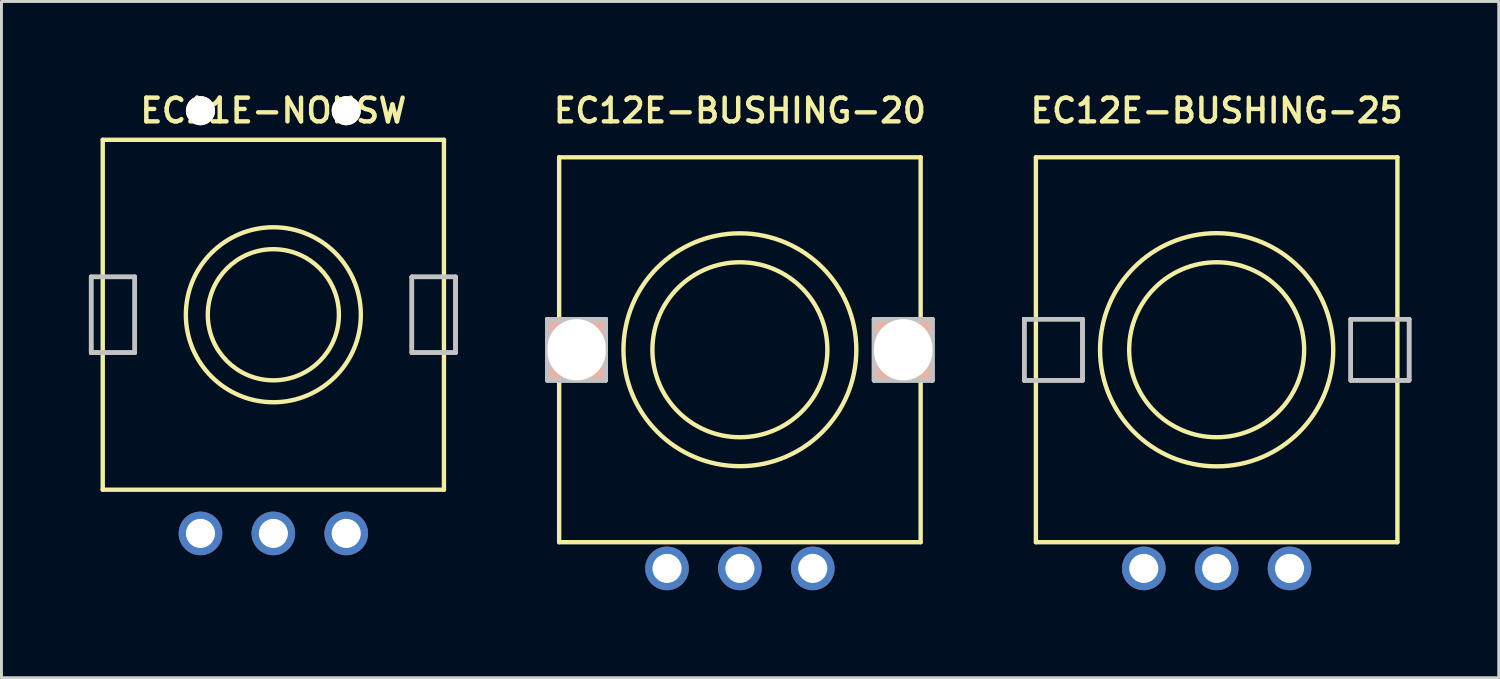
<source format=kicad_pcb>
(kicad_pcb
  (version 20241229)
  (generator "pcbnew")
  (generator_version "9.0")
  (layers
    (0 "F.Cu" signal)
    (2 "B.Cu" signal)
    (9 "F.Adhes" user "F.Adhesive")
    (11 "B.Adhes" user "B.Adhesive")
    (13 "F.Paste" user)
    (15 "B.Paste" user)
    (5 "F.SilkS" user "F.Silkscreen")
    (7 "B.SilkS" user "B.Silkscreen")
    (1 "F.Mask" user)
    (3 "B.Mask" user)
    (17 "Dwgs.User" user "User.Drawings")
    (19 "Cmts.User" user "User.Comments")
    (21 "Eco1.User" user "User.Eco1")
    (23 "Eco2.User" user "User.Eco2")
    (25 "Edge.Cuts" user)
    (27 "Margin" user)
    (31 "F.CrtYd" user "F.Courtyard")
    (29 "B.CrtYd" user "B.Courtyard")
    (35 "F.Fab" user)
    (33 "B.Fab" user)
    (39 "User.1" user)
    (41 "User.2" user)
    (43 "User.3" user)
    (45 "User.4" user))
  (footprint "EC12E-BUSHING-25"
    (layer "F.Cu")
    (at 38.669 8.943)
    (property "Reference" "EC12E-BUSHING-25" (at 0 -8.2 0) (layer "F.SilkS") (effects (font (size 0.813 0.813) (thickness 0.152))))
    (attr through_hole)
    (fp_line (start -6.198 -6.599) (end -6.198 6.599) (stroke (width 0.15) (type solid)) (layer "F.SilkS"))
    (fp_line (start -6.198 6.599) (end 6.198 6.599) (stroke (width 0.15) (type solid)) (layer "F.SilkS"))
    (fp_line (start 6.198 -6.599) (end -6.198 -6.599) (stroke (width 0.15) (type solid)) (layer "F.SilkS"))
    (fp_line (start 6.198 6.599) (end 6.198 -6.599) (stroke (width 0.15) (type solid)) (layer "F.SilkS"))
    (fp_circle (center 0 0) (end 3 0) (stroke (width 0.15) (type solid)) (fill no) (layer "F.SilkS"))
    (fp_circle (center 0 0) (end 3.998 0) (stroke (width 0.15) (type solid)) (fill no) (layer "F.SilkS"))
    (fp_line (start -6.599 -1.049) (end -6.599 1.049) (stroke (width 0.15) (type solid)) (layer "Dwgs.User"))
    (fp_line (start -6.599 -1.049) (end -6.599 1.049) (stroke (width 0.15) (type solid)) (layer "Dwgs.User"))
    (fp_line (start -6.599 1.049) (end -4.6 1.049) (stroke (width 0.15) (type solid)) (layer "Dwgs.User"))
    (fp_line (start -6.599 1.049) (end -4.6 1.049) (stroke (width 0.15) (type solid)) (layer "Dwgs.User"))
    (fp_line (start -4.6 -1.049) (end -6.599 -1.049) (stroke (width 0.15) (type solid)) (layer "Dwgs.User"))
    (fp_line (start -4.6 -1.049) (end -6.599 -1.049) (stroke (width 0.15) (type solid)) (layer "Dwgs.User"))
    (fp_line (start -4.6 1.049) (end -4.6 -1.049) (stroke (width 0.15) (type solid)) (layer "Dwgs.User"))
    (fp_line (start -4.6 1.049) (end -4.6 -1.049) (stroke (width 0.15) (type solid)) (layer "Dwgs.User"))
    (fp_line (start 4.6 -1.049) (end 4.6 1.049) (stroke (width 0.15) (type solid)) (layer "Dwgs.User"))
    (fp_line (start 4.6 -1.049) (end 4.6 1.049) (stroke (width 0.15) (type solid)) (layer "Dwgs.User"))
    (fp_line (start 4.6 1.049) (end 6.599 1.049) (stroke (width 0.15) (type solid)) (layer "Dwgs.User"))
    (fp_line (start 4.6 1.049) (end 6.599 1.049) (stroke (width 0.15) (type solid)) (layer "Dwgs.User"))
    (fp_line (start 6.599 -1.049) (end 4.6 -1.049) (stroke (width 0.15) (type solid)) (layer "Dwgs.User"))
    (fp_line (start 6.599 -1.049) (end 4.6 -1.049) (stroke (width 0.15) (type solid)) (layer "Dwgs.User"))
    (fp_line (start 6.599 1.049) (end 6.599 -1.049) (stroke (width 0.15) (type solid)) (layer "Dwgs.User"))
    (fp_line (start 6.599 1.049) (end 6.599 -1.049) (stroke (width 0.15) (type solid)) (layer "Dwgs.User"))
    (fp_line (start -6.599 -1.049) (end -6.599 1.049) (stroke (width 0.15) (type solid)) (layer "Edge.Cuts"))
    (fp_line (start -6.599 1.049) (end -4.6 1.049) (stroke (width 0.15) (type solid)) (layer "Edge.Cuts"))
    (fp_line (start -4.6 -1.049) (end -6.599 -1.049) (stroke (width 0.15) (type solid)) (layer "Edge.Cuts"))
    (fp_line (start -4.6 1.049) (end -4.6 -1.049) (stroke (width 0.15) (type solid)) (layer "Edge.Cuts"))
    (fp_line (start 4.6 -1.049) (end 4.6 1.049) (stroke (width 0.15) (type solid)) (layer "Edge.Cuts"))
    (fp_line (start 4.6 1.049) (end 6.599 1.049) (stroke (width 0.15) (type solid)) (layer "Edge.Cuts"))
    (fp_line (start 6.599 -1.049) (end 4.6 -1.049) (stroke (width 0.15) (type solid)) (layer "Edge.Cuts"))
    (fp_line (start 6.599 1.049) (end 6.599 -1.049) (stroke (width 0.15) (type solid)) (layer "Edge.Cuts"))
    (pad "1" thru_hole oval (at -2.499 7.498 90) (size 1.496 1.496) (drill 0.998) (layers "*.Cu" "*.Mask"))
    (pad "2" thru_hole oval (at 2.499 7.498 90) (size 1.496 1.496) (drill 0.998) (layers "*.Cu" "*.Mask"))
    (pad "3" thru_hole oval (at 0 7.498 90) (size 1.496 1.496) (drill 0.998) (layers "*.Cu" "*.Mask")))
  (footprint "EC11E-NONSW"
    (layer "F.Cu")
    (at 6.323 7.743)
    (property "Reference" "EC11E-NONSW" (at 0 -7 0) (layer "F.SilkS") (effects (font (size 0.813 0.813) (thickness 0.152))))
    (attr through_hole)
    (fp_line (start -5.85 -5.999) (end -5.85 5.999) (stroke (width 0.15) (type solid)) (layer "F.SilkS"))
    (fp_line (start -5.85 5.999) (end 5.85 5.999) (stroke (width 0.15) (type solid)) (layer "F.SilkS"))
    (fp_line (start 5.85 -5.999) (end -5.85 -5.999) (stroke (width 0.15) (type solid)) (layer "F.SilkS"))
    (fp_line (start 5.85 5.999) (end 5.85 -5.999) (stroke (width 0.15) (type solid)) (layer "F.SilkS"))
    (fp_circle (center 0 0) (end 2.248 0) (stroke (width 0.15) (type solid)) (fill no) (layer "F.SilkS"))
    (fp_circle (center 0 0) (end 3 0) (stroke (width 0.15) (type solid)) (fill no) (layer "F.SilkS"))
    (fp_line (start -6.248 -1.298) (end -6.248 1.298) (stroke (width 0.15) (type solid)) (layer "Dwgs.User"))
    (fp_line (start -6.248 -1.298) (end -6.248 1.298) (stroke (width 0.15) (type solid)) (layer "Dwgs.User"))
    (fp_line (start -6.248 1.298) (end -4.75 1.298) (stroke (width 0.15) (type solid)) (layer "Dwgs.User"))
    (fp_line (start -6.248 1.298) (end -4.75 1.298) (stroke (width 0.15) (type solid)) (layer "Dwgs.User"))
    (fp_line (start -4.75 -1.298) (end -6.248 -1.298) (stroke (width 0.15) (type solid)) (layer "Dwgs.User"))
    (fp_line (start -4.75 -1.298) (end -6.248 -1.298) (stroke (width 0.15) (type solid)) (layer "Dwgs.User"))
    (fp_line (start -4.75 1.298) (end -4.75 -1.298) (stroke (width 0.15) (type solid)) (layer "Dwgs.User"))
    (fp_line (start -4.75 1.298) (end -4.75 -1.298) (stroke (width 0.15) (type solid)) (layer "Dwgs.User"))
    (fp_line (start 4.75 -1.298) (end 4.75 1.298) (stroke (width 0.15) (type solid)) (layer "Dwgs.User"))
    (fp_line (start 4.75 -1.298) (end 4.75 1.298) (stroke (width 0.15) (type solid)) (layer "Dwgs.User"))
    (fp_line (start 4.75 1.298) (end 6.248 1.298) (stroke (width 0.15) (type solid)) (layer "Dwgs.User"))
    (fp_line (start 4.75 1.298) (end 6.248 1.298) (stroke (width 0.15) (type solid)) (layer "Dwgs.User"))
    (fp_line (start 6.248 -1.298) (end 4.75 -1.298) (stroke (width 0.15) (type solid)) (layer "Dwgs.User"))
    (fp_line (start 6.248 -1.298) (end 4.75 -1.298) (stroke (width 0.15) (type solid)) (layer "Dwgs.User"))
    (fp_line (start 6.248 1.298) (end 6.248 -1.298) (stroke (width 0.15) (type solid)) (layer "Dwgs.User"))
    (fp_line (start 6.248 1.298) (end 6.248 -1.298) (stroke (width 0.15) (type solid)) (layer "Dwgs.User"))
    (fp_line (start -6.248 -1.298) (end -6.248 1.298) (stroke (width 0.15) (type solid)) (layer "Edge.Cuts"))
    (fp_line (start -6.248 1.298) (end -4.75 1.298) (stroke (width 0.15) (type solid)) (layer "Edge.Cuts"))
    (fp_line (start -4.75 -1.298) (end -6.248 -1.298) (stroke (width 0.15) (type solid)) (layer "Edge.Cuts"))
    (fp_line (start -4.75 1.298) (end -4.75 -1.298) (stroke (width 0.15) (type solid)) (layer "Edge.Cuts"))
    (fp_line (start 4.75 -1.298) (end 4.75 1.298) (stroke (width 0.15) (type solid)) (layer "Edge.Cuts"))
    (fp_line (start 4.75 1.298) (end 6.248 1.298) (stroke (width 0.15) (type solid)) (layer "Edge.Cuts"))
    (fp_line (start 6.248 -1.298) (end 4.75 -1.298) (stroke (width 0.15) (type solid)) (layer "Edge.Cuts"))
    (fp_line (start 6.248 1.298) (end 6.248 -1.298) (stroke (width 0.15) (type solid)) (layer "Edge.Cuts"))
    (pad "" np_thru_hole circle (at -2.499 -6.998) (size 0.998 0.998) (drill 0.998) (layers "*.Cu" "*.Mask" "F.SilkS"))
    (pad "" np_thru_hole circle (at 2.499 -6.998) (size 0.998 0.998) (drill 0.998) (layers "*.Cu" "*.Mask" "F.SilkS"))
    (pad "1" thru_hole oval (at -2.499 7.498 90) (size 1.496 1.496) (drill 0.998) (layers "*.Cu" "*.Mask"))
    (pad "2" thru_hole oval (at 2.499 7.498 90) (size 1.496 1.496) (drill 0.998) (layers "*.Cu" "*.Mask"))
    (pad "3" thru_hole oval (at 0 7.498 90) (size 1.496 1.496) (drill 0.998) (layers "*.Cu" "*.Mask")))
  (footprint "EC12E-BUSHING-20"
    (layer "F.Cu")
    (at 22.321 8.943)
    (property "Reference" "EC12E-BUSHING-20" (at 0 -8.2 0) (layer "F.SilkS") (effects (font (size 0.813 0.813) (thickness 0.152))))
    (attr through_hole)
    (fp_line (start -6.198 -6.599) (end -6.198 6.599) (stroke (width 0.15) (type solid)) (layer "F.SilkS"))
    (fp_line (start -6.198 6.599) (end 6.198 6.599) (stroke (width 0.15) (type solid)) (layer "F.SilkS"))
    (fp_line (start 6.198 -6.599) (end -6.198 -6.599) (stroke (width 0.15) (type solid)) (layer "F.SilkS"))
    (fp_line (start 6.198 6.599) (end 6.198 -6.599) (stroke (width 0.15) (type solid)) (layer "F.SilkS"))
    (fp_circle (center 0 0) (end 3 0) (stroke (width 0.15) (type solid)) (fill no) (layer "F.SilkS"))
    (fp_circle (center 0 0) (end 3.7 1.5) (stroke (width 0.15) (type solid)) (fill no) (layer "F.SilkS"))
    (fp_line (start -6.599 -1.049) (end -6.599 1.049) (stroke (width 0.15) (type solid)) (layer "Dwgs.User"))
    (fp_line (start -6.599 -1.049) (end -6.599 1.049) (stroke (width 0.15) (type solid)) (layer "Dwgs.User"))
    (fp_line (start -6.599 1.049) (end -4.6 1.049) (stroke (width 0.15) (type solid)) (layer "Dwgs.User"))
    (fp_line (start -6.599 1.049) (end -4.6 1.049) (stroke (width 0.15) (type solid)) (layer "Dwgs.User"))
    (fp_line (start -4.6 -1.049) (end -6.599 -1.049) (stroke (width 0.15) (type solid)) (layer "Dwgs.User"))
    (fp_line (start -4.6 -1.049) (end -6.599 -1.049) (stroke (width 0.15) (type solid)) (layer "Dwgs.User"))
    (fp_line (start -4.6 1.049) (end -4.6 -1.049) (stroke (width 0.15) (type solid)) (layer "Dwgs.User"))
    (fp_line (start -4.6 1.049) (end -4.6 -1.049) (stroke (width 0.15) (type solid)) (layer "Dwgs.User"))
    (fp_line (start 4.6 -1.049) (end 4.6 1.049) (stroke (width 0.15) (type solid)) (layer "Dwgs.User"))
    (fp_line (start 4.6 -1.049) (end 4.6 1.049) (stroke (width 0.15) (type solid)) (layer "Dwgs.User"))
    (fp_line (start 4.6 1.049) (end 6.599 1.049) (stroke (width 0.15) (type solid)) (layer "Dwgs.User"))
    (fp_line (start 4.6 1.049) (end 6.599 1.049) (stroke (width 0.15) (type solid)) (layer "Dwgs.User"))
    (fp_line (start 6.599 -1.049) (end 4.6 -1.049) (stroke (width 0.15) (type solid)) (layer "Dwgs.User"))
    (fp_line (start 6.599 -1.049) (end 4.6 -1.049) (stroke (width 0.15) (type solid)) (layer "Dwgs.User"))
    (fp_line (start 6.599 1.049) (end 6.599 -1.049) (stroke (width 0.15) (type solid)) (layer "Dwgs.User"))
    (fp_line (start 6.599 1.049) (end 6.599 -1.049) (stroke (width 0.15) (type solid)) (layer "Dwgs.User"))
    (fp_circle (center 0 0) (end 4.4 0) (stroke (width 0.15) (type solid)) (fill no) (layer "Eco1.User"))
    (fp_line (start -6.599 -1.049) (end -6.599 1.049) (stroke (width 0.15) (type solid)) (layer "Edge.Cuts"))
    (fp_line (start -6.599 1.049) (end -4.6 1.049) (stroke (width 0.15) (type solid)) (layer "Edge.Cuts"))
    (fp_line (start -4.6 -1.049) (end -6.599 -1.049) (stroke (width 0.15) (type solid)) (layer "Edge.Cuts"))
    (fp_line (start -4.6 1.049) (end -4.6 -1.049) (stroke (width 0.15) (type solid)) (layer "Edge.Cuts"))
    (fp_line (start 4.6 -1.049) (end 4.6 1.049) (stroke (width 0.15) (type solid)) (layer "Edge.Cuts"))
    (fp_line (start 4.6 1.049) (end 6.599 1.049) (stroke (width 0.15) (type solid)) (layer "Edge.Cuts"))
    (fp_line (start 6.599 -1.049) (end 4.6 -1.049) (stroke (width 0.15) (type solid)) (layer "Edge.Cuts"))
    (fp_line (start 6.599 1.049) (end 6.599 -1.049) (stroke (width 0.15) (type solid)) (layer "Edge.Cuts"))
    (pad "" np_thru_hole rect (at -5.6 0) (size 2 2.1) (drill oval 2 2.1) (layers "*.Cu" "*.Paste" "*.SilkS" "*.Mask"))
    (pad "" np_thru_hole rect (at 5.6 0) (size 2 2.1) (drill oval 2 2.1) (layers "*.Cu" "*.Paste" "*.SilkS" "*.Mask"))
    (pad "1" thru_hole oval (at -2.499 7.498 90) (size 1.496 1.496) (drill 0.998) (layers "*.Cu" "*.Mask"))
    (pad "2" thru_hole oval (at 2.499 7.498 90) (size 1.496 1.496) (drill 0.998) (layers "*.Cu" "*.Mask"))
    (pad "3" thru_hole oval (at 0 7.498 90) (size 1.496 1.496) (drill 0.998) (layers "*.Cu" "*.Mask")))
  (gr_rect
    (start -3 -3)
    (end 48.342 20.189)
    (stroke (width 0.1) (type default))
    (fill no)
    (layer "Edge.Cuts")))
</source>
